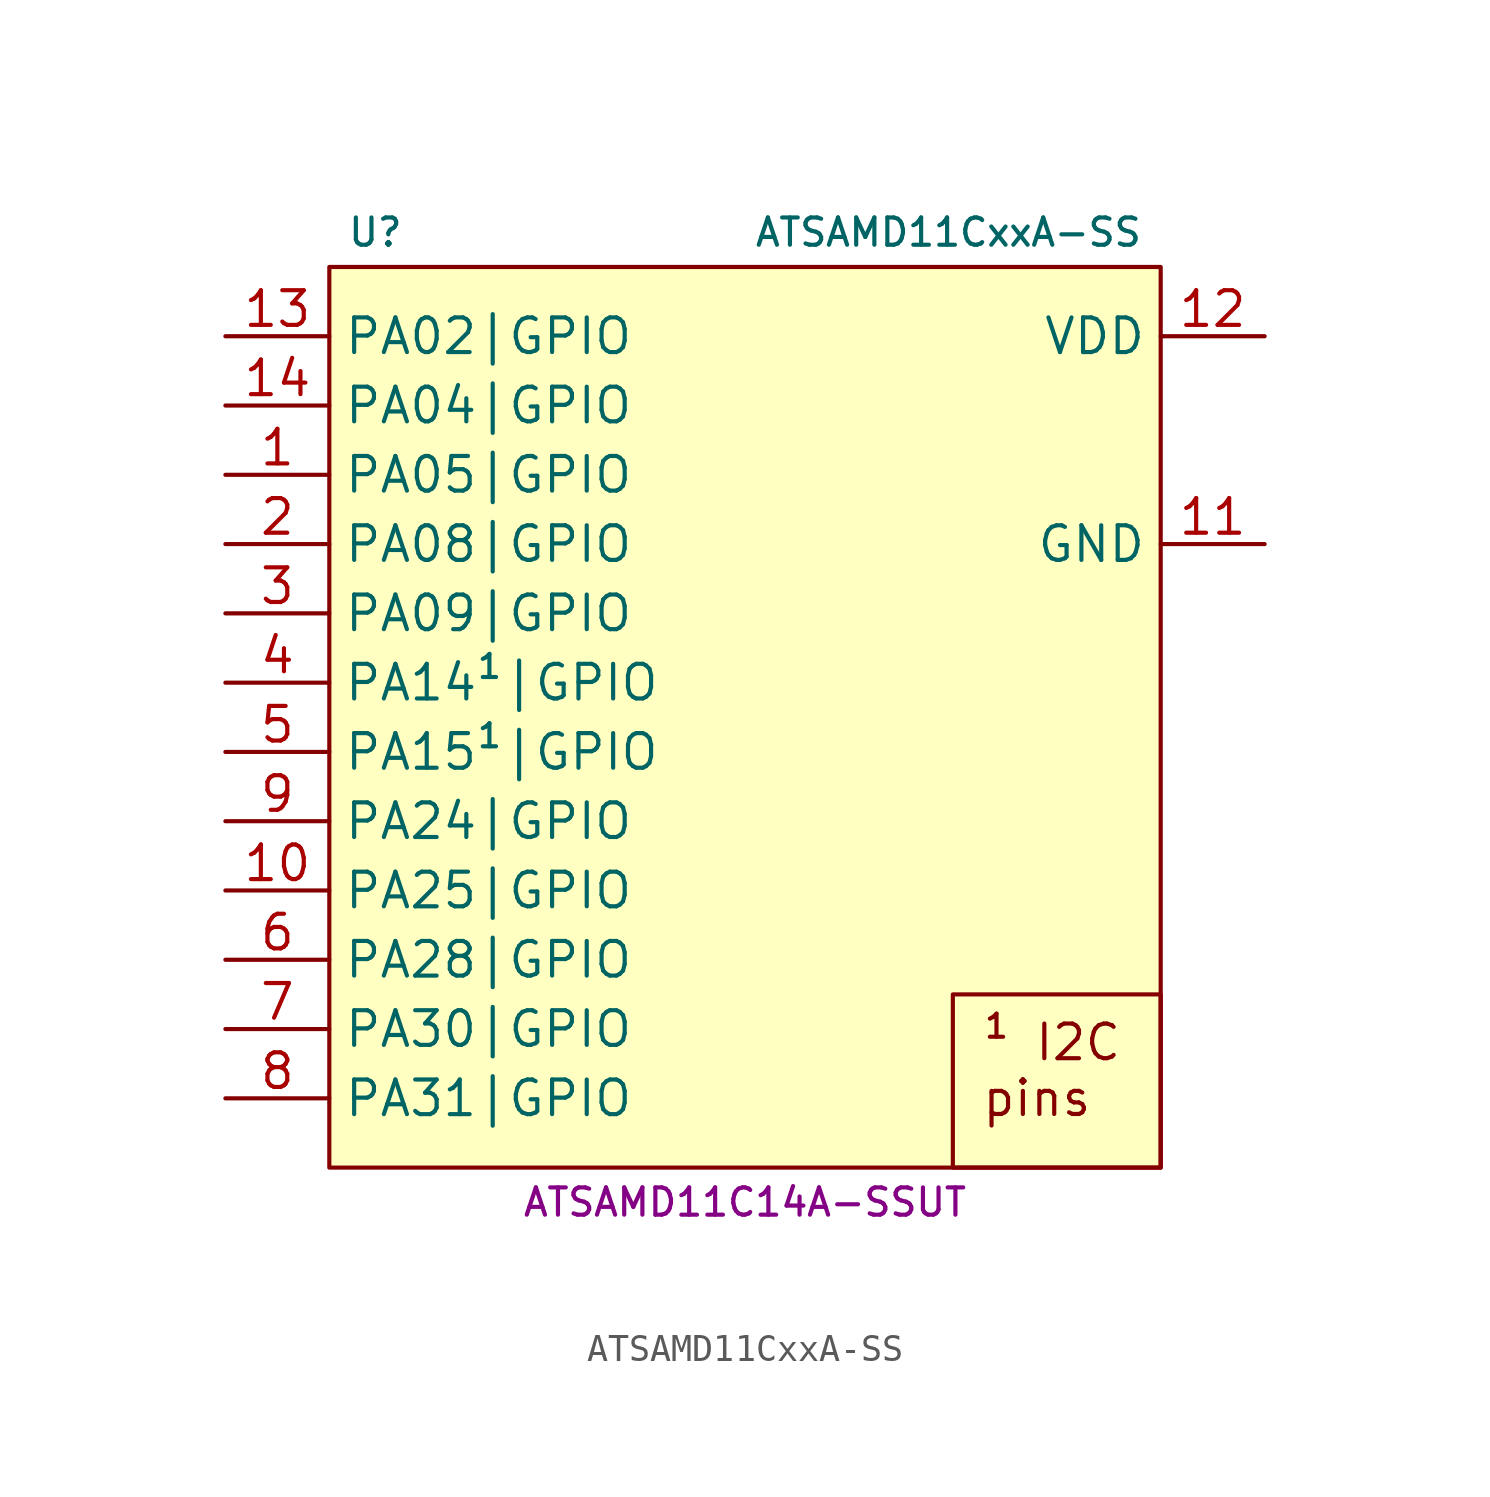
<source format=kicad_sym>
(kicad_symbol_lib
  (version 20231120)
  (generator "kicad_symbol_editor")
  (generator_version "8.0")
  (symbol "ATSAMD11CxxA-SS"
    (property "Reference" "U"
      (at -14.605 17.78 0)
      (do_not_autoplace)
      (effects (font (size 1 1)) (justify left)))
    (property "Value" "ATSAMD11CxxA-SS"
      (at 14.605 17.78 0)
      (do_not_autoplace)
      (effects (font (size 1 1)) (justify right)))
    (property "MPN" "ATSAMD11C14A-SSUT"
      (at 0 -17.78 0)
      (do_not_autoplace)
      (effects (font (size 1 1))))
    (symbol "ATSAMD11CxxA-SS_0_1"
      (rectangle (start -15.24 16.51) (end 15.24 -16.51) (stroke (width 0.152) (type default)) (fill (type background))))
    (symbol "ATSAMD11CxxA-SS_1_1"
      (text_box "¹ I2C pins" (at 7.62 -10.16 0) (size 7.62 -6.35) (stroke (width 0) (type default)) (fill (type none)) (effects (font (size 1.27 1.27)) (justify left top)))
      (pin bidirectional line (at -19.05 8.89 0) (length 3.81) (name "PA05|GPIO" (effects (font (size 1.27 1.27)))) (number "1" (effects (font (size 1.27 1.27)))) (alternate "PA05|A:EXTINT.5" input line) (alternate "PA05|B:AC.IN1" input line) (alternate "PA05|B:ADC.IN3" input line) (alternate "PA05|B:PTC.Y3" bidirectional line) (alternate "PA05|C1:SERCOM0.SCK" bidirectional clock) (alternate "PA05|C1:SERCOM0.XCK" bidirectional clock) (alternate "PA05|C2:SERCOM0.MO/SO" output line) (alternate "PA05|C2:SERCOM0.~{CTS}" input inverted) (alternate "PA05|C3:SERCOM0.MI/SI" input line) (alternate "PA05|C3:SERCOM0.RX" input line) (alternate "PA05|C3:SERCOM0.SCK" bidirectional clock) (alternate "PA05|C:SERCOM0.PAD3" bidirectional line) (alternate "PA05|D0:SERCOM0.SCK" bidirectional clock) (alternate "PA05|D0:SERCOM0.XCK" bidirectional clock) (alternate "PA05|D1:SERCOM0.MI/SI" input line) (alternate "PA05|D1:SERCOM0.RX" input line) (alternate "PA05|D1:SERCOM0.~{SS}" input inverted) (alternate "PA05|D2:SERCOM0.SCK" bidirectional clock) (alternate "PA05|D3:SERCOM0.~{SS}" input inverted) (alternate "PA05|D:SERCOM0.PAD1" bidirectional line) (alternate "PA05|E:TC1.WO1" output line) (alternate "PA05|F:TCC0.WO1" output line))
      (pin bidirectional line (at -19.05 -6.35 0) (length 3.81) (name "PA25|GPIO" (effects (font (size 1.27 1.27)))) (number "10" (effects (font (size 1.27 1.27)))) (alternate "PA25|A:EXTINT.5" input line) (alternate "PA25|B:PTC.X9" input line) (alternate "PA25|B:PTC.Y15" bidirectional line) (alternate "PA25|C1:SERCOM1.SCK" bidirectional clock) (alternate "PA25|C1:SERCOM1.XCK" bidirectional clock) (alternate "PA25|C2:SERCOM1.MO/SO" output line) (alternate "PA25|C2:SERCOM1.~{CTS}" input inverted) (alternate "PA25|C3:SERCOM1.MI/SI" input line) (alternate "PA25|C3:SERCOM1.RX" input line) (alternate "PA25|C3:SERCOM1.SCK" bidirectional clock) (alternate "PA25|C:SERCOM1.PAD3" bidirectional line) (alternate "PA25|D1:SERCOM2.SCK" bidirectional clock) (alternate "PA25|D1:SERCOM2.XCK" bidirectional clock) (alternate "PA25|D2:SERCOM2.MO/SO" output line) (alternate "PA25|D2:SERCOM2.~{CTS}" input inverted) (alternate "PA25|D3:SERCOM2.MI/SI" input line) (alternate "PA25|D3:SERCOM2.RX" input line) (alternate "PA25|D3:SERCOM2.SCK" bidirectional clock) (alternate "PA25|D:SERCOM2.PAD3" bidirectional line) (alternate "PA25|E:TCC0.WO3" output line) (alternate "PA25|G:USB.D+" bidirectional line) (alternate "PA25|H:GCLK.IO0" bidirectional clock))
      (pin power_in line (at 19.05 6.35 180) (length 3.81) (name "GND" (effects (font (size 1.27 1.27)))) (number "11" (effects (font (size 1.27 1.27)))))
      (pin power_in line (at 19.05 13.97 180) (length 3.81) (name "VDD" (effects (font (size 1.27 1.27)))) (number "12" (effects (font (size 1.27 1.27)))))
      (pin bidirectional line (at -19.05 13.97 0) (length 3.81) (name "PA02|GPIO" (effects (font (size 1.27 1.27)))) (number "13" (effects (font (size 1.27 1.27)))) (alternate "PA02|A:EXTINT.2" input line) (alternate "PA02|B:ADC.IN0" input line) (alternate "PA02|B:DAC.VOUT" output line) (alternate "PA02|B:PTC.Y0" bidirectional line))
      (pin bidirectional line (at -19.05 11.43 0) (length 3.81) (name "PA04|GPIO" (effects (font (size 1.27 1.27)))) (number "14" (effects (font (size 1.27 1.27)))) (alternate "PA04|A:EXTINT.4" input line) (alternate "PA04|B:AC.IN0" input line) (alternate "PA04|B:ADC.IN2" input line) (alternate "PA04|B:ADC.VREFB" input line) (alternate "PA04|B:PTC.Y2" bidirectional line) (alternate "PA04|C0:SERCOM0.~{SS}" input inverted) (alternate "PA04|C1:SERCOM0.MO/SO" output line) (alternate "PA04|C1:SERCOM0.TX" output line) (alternate "PA04|C2:SERCOM0.MI/SI" input line) (alternate "PA04|C2:SERCOM0.RX" input line) (alternate "PA04|C2:SERCOM0.~{RTS}" output inverted) (alternate "PA04|C2:SERCOM0.~{SS}" input inverted) (alternate "PA04|C:SERCOM0.PAD2" bidirectional line) (alternate "PA04|D0:SERCOM0.MI/SI" input line) (alternate "PA04|D0:SERCOM0.MO/SO" output line) (alternate "PA04|D0:SERCOM0.RX" input line) (alternate "PA04|D0:SERCOM0.TX" output line) (alternate "PA04|D2:SERCOM0.TX" output line) (alternate "PA04|D3:SERCOM0.MO/SO" output line) (alternate "PA04|D:SERCOM0.PAD0" bidirectional line) (alternate "PA04|E:TC1.WO0" output line) (alternate "PA04|F:TCC0.WO0" output line))
      (pin bidirectional line (at -19.05 6.35 0) (length 3.81) (name "PA08|GPIO" (effects (font (size 1.27 1.27)))) (number "2" (effects (font (size 1.27 1.27)))) (alternate "PA08|A:EXTINT.6" input line) (alternate "PA08|C0:SERCOM1.~{SS}" input inverted) (alternate "PA08|C1:SERCOM1.MO/SO" output line) (alternate "PA08|C1:SERCOM1.TX" output line) (alternate "PA08|C2:SERCOM1.MI/SI" input line) (alternate "PA08|C2:SERCOM1.RX" input line) (alternate "PA08|C2:SERCOM1.~{RTS}" output inverted) (alternate "PA08|C2:SERCOM1.~{SS}" input inverted) (alternate "PA08|C:SERCOM1.PAD2" bidirectional line) (alternate "PA08|D0:SERCOM0.~{SS}" input inverted) (alternate "PA08|D1:SERCOM0.MO/SO" output line) (alternate "PA08|D1:SERCOM0.TX" output line) (alternate "PA08|D2:SERCOM0.MI/SI" input line) (alternate "PA08|D2:SERCOM0.RX" input line) (alternate "PA08|D2:SERCOM0.~{RTS}" output inverted) (alternate "PA08|D2:SERCOM0.~{SS}" input inverted) (alternate "PA08|D:SERCOM0.PAD2" bidirectional line) (alternate "PA08|E:TCC0.WO2" output line) (alternate "PA08|F:TCC0.WO4" output line) (alternate "PA08|H:GCLK.IO0" bidirectional clock) (alternate "PA08|XIN" input clock) (alternate "PA08|XIN32" input clock))
      (pin bidirectional line (at -19.05 3.81 0) (length 3.81) (name "PA09|GPIO" (effects (font (size 1.27 1.27)))) (number "3" (effects (font (size 1.27 1.27)))) (alternate "PA09|A:EXTINT.7" input line) (alternate "PA09|C1:SERCOM1.SCK" bidirectional clock) (alternate "PA09|C1:SERCOM1.XCK" bidirectional clock) (alternate "PA09|C2:SERCOM1.MO/SO" output line) (alternate "PA09|C2:SERCOM1.~{CTS}" input inverted) (alternate "PA09|C3:SERCOM1.MI/SI" input line) (alternate "PA09|C3:SERCOM1.RX" input line) (alternate "PA09|C3:SERCOM1.SCK" bidirectional clock) (alternate "PA09|C:SERCOM1.PAD3" bidirectional line) (alternate "PA09|D1:SERCOM0.SCK" bidirectional clock) (alternate "PA09|D1:SERCOM0.XCK" bidirectional clock) (alternate "PA09|D2:SERCOM0.MO/SO" output line) (alternate "PA09|D2:SERCOM0.~{CTS}" input inverted) (alternate "PA09|D3:SERCOM0.MI/SI" input line) (alternate "PA09|D3:SERCOM0.RX" input line) (alternate "PA09|D3:SERCOM0.SCK" bidirectional clock) (alternate "PA09|D:SERCOM0.PAD3" bidirectional line) (alternate "PA09|E:TCC0.WO3" output line) (alternate "PA09|F:TCC0.WO5" output line) (alternate "PA09|H:GCLK.IO1" bidirectional clock) (alternate "PA09|XOUT" output clock) (alternate "PA09|XOUT32" output clock))
      (pin bidirectional line (at -19.05 1.27 0) (length 3.81) (name "PA14¹|GPIO" (effects (font (size 1.27 1.27)))) (number "4" (effects (font (size 1.27 1.27)))) (alternate "PA14¹|A:NMI" input line) (alternate "PA14¹|B:AC.CMP0" output line) (alternate "PA14¹|B:ADC.IN6" input line) (alternate "PA14¹|B:PTC.X0" input line) (alternate "PA14¹|B:PTC.Y6" bidirectional line) (alternate "PA14¹|C0:SERCOM0.MI/SI" input line) (alternate "PA14¹|C0:SERCOM0.MO/SO" output line) (alternate "PA14¹|C0:SERCOM0.RX" input line) (alternate "PA14¹|C0:SERCOM0.TX" output line) (alternate "PA14¹|C2:SERCOM0.TX" output line) (alternate "PA14¹|C3:SERCOM0.MO/SO" output line) (alternate "PA14¹|C:SERCOM0.PAD0" bidirectional line) (alternate "PA14¹|C:SERCOM0.SDA" open_collector line) (alternate "PA14¹|D0:SERCOM2.MI/SI" input line) (alternate "PA14¹|D0:SERCOM2.MO/SO" output line) (alternate "PA14¹|D0:SERCOM2.RX" input line) (alternate "PA14¹|D0:SERCOM2.TX" output line) (alternate "PA14¹|D2:SERCOM2.TX" output line) (alternate "PA14¹|D3:SERCOM2.MO/SO" output line) (alternate "PA14¹|D:SERCOM2.PAD0" bidirectional line) (alternate "PA14¹|D:SERCOM2.SDA" open_collector line) (alternate "PA14¹|E:TC1.WO0" output line) (alternate "PA14¹|F:TCC0.WO0" output line) (alternate "PA14¹|H:GCLK.IO4" bidirectional clock))
      (pin bidirectional line (at -19.05 -1.27 0) (length 3.81) (name "PA15¹|GPIO" (effects (font (size 1.27 1.27)))) (number "5" (effects (font (size 1.27 1.27)))) (alternate "PA15¹|A:EXTINT.1" input line) (alternate "PA15¹|B:AC.CMP1" output line) (alternate "PA15¹|B:ADC.IN7" input line) (alternate "PA15¹|B:PTC.X1" input line) (alternate "PA15¹|B:PTC.Y7" bidirectional line) (alternate "PA15¹|C0:SERCOM0.SCK" bidirectional clock) (alternate "PA15¹|C0:SERCOM0.XCK" bidirectional clock) (alternate "PA15¹|C1:SERCOM0.MI/SI" input line) (alternate "PA15¹|C1:SERCOM0.RX" input line) (alternate "PA15¹|C1:SERCOM0.~{SS}" input inverted) (alternate "PA15¹|C2:SERCOM0.SCK" bidirectional clock) (alternate "PA15¹|C3:SERCOM0.~{SS}" input inverted) (alternate "PA15¹|C:SERCOM0.PAD1" bidirectional line) (alternate "PA15¹|C:SERCOM0.SCL" open_collector clock) (alternate "PA15¹|D0:SERCOM2.SCK" bidirectional clock) (alternate "PA15¹|D0:SERCOM2.XCK" bidirectional clock) (alternate "PA15¹|D1:SERCOM2.MI/SI" input line) (alternate "PA15¹|D1:SERCOM2.RX" input line) (alternate "PA15¹|D1:SERCOM2.~{SS}" input inverted) (alternate "PA15¹|D2:SERCOM2.SCK" bidirectional clock) (alternate "PA15¹|D3:SERCOM2.~{SS}" input inverted) (alternate "PA15¹|D:SERCOM2.PAD1" bidirectional line) (alternate "PA15¹|D:SERCOM2.SCL" open_collector clock) (alternate "PA15¹|E:TC1.WO1" output line) (alternate "PA15¹|F:TCC0.WO1" output line) (alternate "PA15¹|H:GCLK.IO5" bidirectional clock))
      (pin bidirectional line (at -19.05 -8.89 0) (length 3.81) (name "PA28|GPIO" (effects (font (size 1.27 1.27)))) (number "6" (effects (font (size 1.27 1.27)))) (alternate "~{RST}" input inverted))
      (pin bidirectional line (at -19.05 -11.43 0) (length 3.81) (name "PA30|GPIO" (effects (font (size 1.27 1.27)))) (number "7" (effects (font (size 1.27 1.27)))) (alternate "PA30|A:EXTINT.2" input line) (alternate "PA30|C0:SERCOM1.MI/SI" input line) (alternate "PA30|C0:SERCOM1.MO/SO" output line) (alternate "PA30|C0:SERCOM1.RX" input line) (alternate "PA30|C0:SERCOM1.TX" output line) (alternate "PA30|C0:SERCOM1.~{RTS}" output inverted) (alternate "PA30|C2:SERCOM1.TX" output line) (alternate "PA30|C3:SERCOM1.MO/SO" output line) (alternate "PA30|C:SERCOM1.PAD0" bidirectional line) (alternate "PA30|D0:SERCOM1.~{SS}" input inverted) (alternate "PA30|D1:SERCOM1.MO/SO" output line) (alternate "PA30|D1:SERCOM1.TX" output line) (alternate "PA30|D2:SERCOM1.MI/SI" input line) (alternate "PA30|D2:SERCOM1.RX" input line) (alternate "PA30|D2:SERCOM1.~{SS}" input inverted) (alternate "PA30|D:SERCOM1.PAD2" bidirectional line) (alternate "PA30|E:TC2.WO0" output line) (alternate "PA30|F:TCC0.WO2" output line) (alternate "PA30|G:SWCLK" input clock) (alternate "PA30|H:GCLK.IO0" bidirectional clock))
      (pin bidirectional line (at -19.05 -13.97 0) (length 3.81) (name "PA31|GPIO" (effects (font (size 1.27 1.27)))) (number "8" (effects (font (size 1.27 1.27)))) (alternate "PA31|A:EXTINT.3" input line) (alternate "PA31|C0:SERCOM1.SCK" bidirectional clock) (alternate "PA31|C0:SERCOM1.XCK" bidirectional clock) (alternate "PA31|C1:SERCOM1.MI/SI" input line) (alternate "PA31|C1:SERCOM1.RX" input line) (alternate "PA31|C1:SERCOM1.~{SS}" input inverted) (alternate "PA31|C2:SERCOM1.SCK" bidirectional clock) (alternate "PA31|C3:SERCOM1.~{SS}" input inverted) (alternate "PA31|C:SERCOM1.PAD1" bidirectional line) (alternate "PA31|D1:SERCOM1.SCK" bidirectional clock) (alternate "PA31|D1:SERCOM1.XCK" bidirectional clock) (alternate "PA31|D2:SERCOM1.~{CTS}" input inverted) (alternate "PA31|D3:SERCOM1.MI/SI" input line) (alternate "PA31|D3:SERCOM1.MO/SO" output line) (alternate "PA31|D3:SERCOM1.RX" input line) (alternate "PA31|D3:SERCOM1.SCK" bidirectional clock) (alternate "PA31|D:SERCOM1.PAD3" bidirectional line) (alternate "PA31|E:TC2.WO1" output line) (alternate "PA31|F:TCC0.WO3" output line) (alternate "PA31|G:SWDIO" bidirectional line) (alternate "PA31|H:GCLK.IO0" bidirectional clock))
      (pin bidirectional line (at -19.05 -3.81 0) (length 3.81) (name "PA24|GPIO" (effects (font (size 1.27 1.27)))) (number "9" (effects (font (size 1.27 1.27)))) (alternate "PA24|A:EXTINT.4" input line) (alternate "PA24|B:PTC.X8" input line) (alternate "PA24|B:PTC.Y14" bidirectional line) (alternate "PA24|C0:SERCOM1.~{SS}" input inverted) (alternate "PA24|C1:SERCOM1.MO/SO" output line) (alternate "PA24|C1:SERCOM1.TX" output line) (alternate "PA24|C2:SERCOM1.MI/SI" input line) (alternate "PA24|C2:SERCOM1.RX" input line) (alternate "PA24|C2:SERCOM1.~{RTS}" output inverted) (alternate "PA24|C2:SERCOM1.~{SS}" input inverted) (alternate "PA24|C:SERCOM1.PAD2" bidirectional line) (alternate "PA24|D0:SERCOM2.~{SS}" input inverted) (alternate "PA24|D1:SERCOM2.MO/SO" output line) (alternate "PA24|D1:SERCOM2.TX" output line) (alternate "PA24|D2:SERCOM2.MI/SI" input line) (alternate "PA24|D2:SERCOM2.RX" input line) (alternate "PA24|D2:SERCOM2.~{RTS}" output inverted) (alternate "PA24|D2:SERCOM2.~{SS}" input inverted) (alternate "PA24|D:SERCOM2.PAD2" bidirectional line) (alternate "PA24|E:TCC0.WO2" output line) (alternate "PA24|F:TCC0.WO4" output line) (alternate "PA24|G:USB.D-" bidirectional inverted) (alternate "PA24|H:GCLK.IO0" bidirectional clock)))))
</source>
